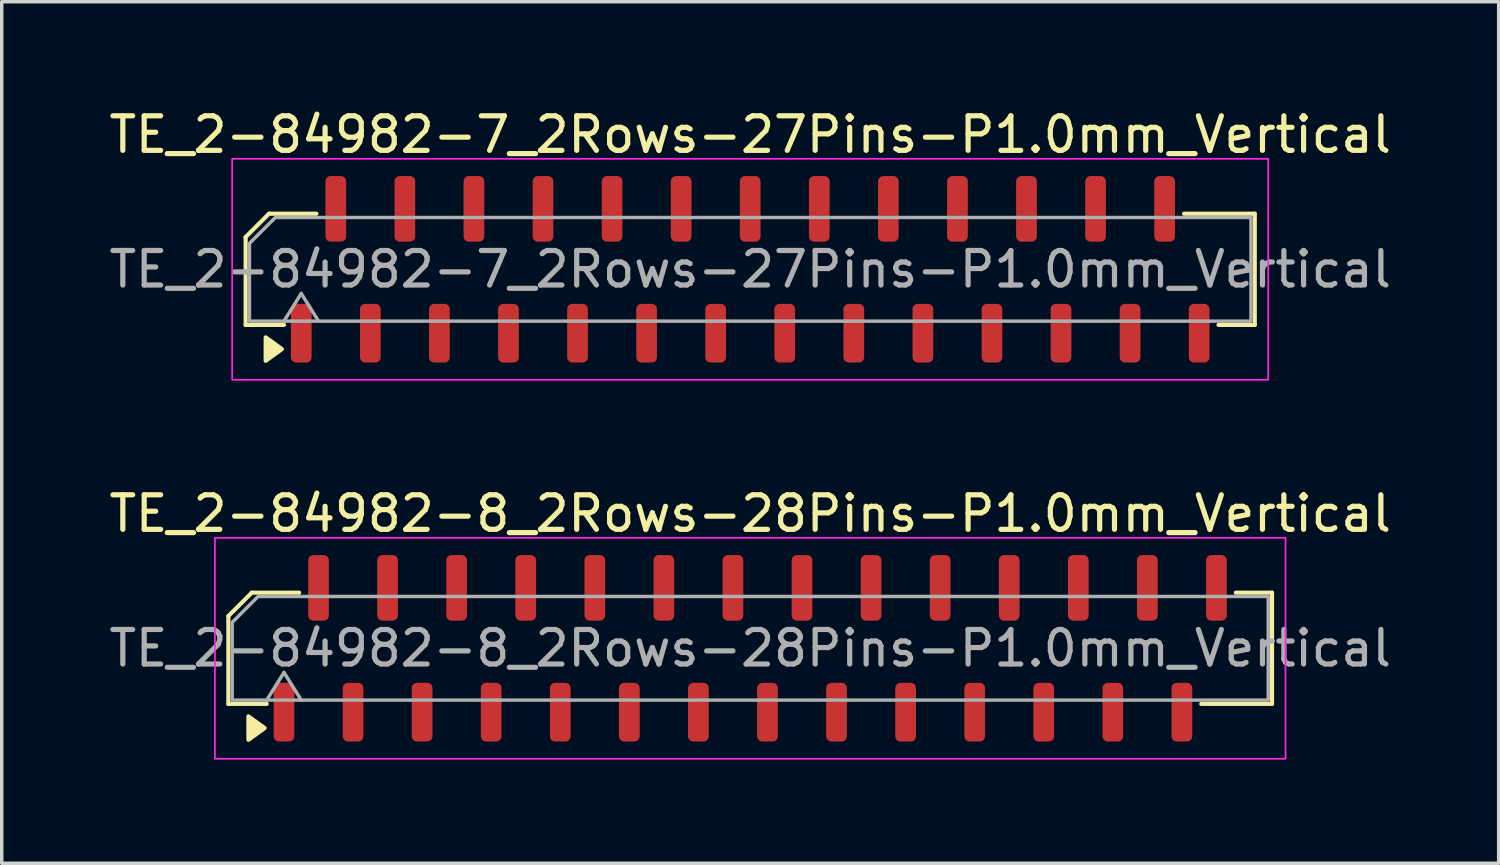
<source format=kicad_pcb>
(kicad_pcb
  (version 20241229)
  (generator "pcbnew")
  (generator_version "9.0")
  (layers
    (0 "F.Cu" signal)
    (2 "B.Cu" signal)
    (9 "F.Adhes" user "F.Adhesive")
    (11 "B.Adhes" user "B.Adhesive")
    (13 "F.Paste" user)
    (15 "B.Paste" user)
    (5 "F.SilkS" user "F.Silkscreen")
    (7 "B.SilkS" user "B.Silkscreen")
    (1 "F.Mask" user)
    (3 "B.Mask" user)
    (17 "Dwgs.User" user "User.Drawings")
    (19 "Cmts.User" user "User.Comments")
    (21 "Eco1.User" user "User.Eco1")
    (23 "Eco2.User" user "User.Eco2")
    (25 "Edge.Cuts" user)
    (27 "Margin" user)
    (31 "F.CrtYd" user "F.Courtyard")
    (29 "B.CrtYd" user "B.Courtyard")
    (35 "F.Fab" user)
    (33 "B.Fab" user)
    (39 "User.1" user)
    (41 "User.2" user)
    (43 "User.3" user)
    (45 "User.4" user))
  (footprint "TE_2-84982-8_2Rows-28Pins-P1.0mm_Vertical"
    (layer "F.Cu")
    (at 18.673 15.722)
    (property "Reference" "TE_2-84982-8_2Rows-28Pins-P1.0mm_Vertical" (at 0 -3.9 0) (layer "F.SilkS") (effects (font (size 1 1) (thickness 0.15))))
    (attr smd)
    (fp_line (start -15.11 -0.934) (end -15.11 1.61) (stroke (width 0.12) (type solid)) (layer "F.SilkS"))
    (fp_line (start -15.11 1.61) (end -14 1.61) (stroke (width 0.12) (type solid)) (layer "F.SilkS"))
    (fp_line (start -14.434 -1.61) (end -15.11 -0.934) (stroke (width 0.12) (type solid)) (layer "F.SilkS"))
    (fp_line (start -13.06 -1.61) (end -14.434 -1.61) (stroke (width 0.12) (type solid)) (layer "F.SilkS"))
    (fp_line (start 13.06 1.61) (end 15.11 1.61) (stroke (width 0.12) (type solid)) (layer "F.SilkS"))
    (fp_line (start 15.11 -1.61) (end 14.06 -1.61) (stroke (width 0.12) (type solid)) (layer "F.SilkS"))
    (fp_line (start 15.11 1.61) (end 15.11 -1.61) (stroke (width 0.12) (type solid)) (layer "F.SilkS"))
    (fp_poly (pts (xy -14.06 2.31) (xy -14.53 2.65) (xy -14.53 1.97)) (stroke (width 0.12) (type solid)) (fill yes) (layer "F.SilkS"))
    (fp_rect (start -15.5 -3.2) (end 15.5 3.2) (stroke (width 0.05) (type solid)) (fill no) (layer "F.CrtYd"))
    (fp_line (start -14 1.5) (end -13.5 0.7) (stroke (width 0.1) (type solid)) (layer "F.Fab"))
    (fp_line (start -13.5 0.7) (end -13 1.5) (stroke (width 0.1) (type solid)) (layer "F.Fab"))
    (fp_poly (pts (xy -15 -0.75) (xy -15 1.5) (xy 15 1.5) (xy 15 -1.5) (xy -14.25 -1.5)) (stroke (width 0.1) (type solid)) (fill no) (layer "F.Fab"))
    (fp_text user "${REFERENCE}" (at 0 0 0) (layer "F.Fab") (effects (font (size 1 1) (thickness 0.15))))
    (pad "1" smd roundrect (at -13.5 1.85) (size 0.6 1.7) (layers "F.Cu" "F.Mask" "F.Paste") (roundrect_rratio 0.25))
    (pad "2" smd roundrect (at -12.5 -1.75) (size 0.6 1.9) (layers "F.Cu" "F.Mask" "F.Paste") (roundrect_rratio 0.25))
    (pad "3" smd roundrect (at -11.5 1.85) (size 0.6 1.7) (layers "F.Cu" "F.Mask" "F.Paste") (roundrect_rratio 0.25))
    (pad "4" smd roundrect (at -10.5 -1.75) (size 0.6 1.9) (layers "F.Cu" "F.Mask" "F.Paste") (roundrect_rratio 0.25))
    (pad "5" smd roundrect (at -9.5 1.85) (size 0.6 1.7) (layers "F.Cu" "F.Mask" "F.Paste") (roundrect_rratio 0.25))
    (pad "6" smd roundrect (at -8.5 -1.75) (size 0.6 1.9) (layers "F.Cu" "F.Mask" "F.Paste") (roundrect_rratio 0.25))
    (pad "7" smd roundrect (at -7.5 1.85) (size 0.6 1.7) (layers "F.Cu" "F.Mask" "F.Paste") (roundrect_rratio 0.25))
    (pad "8" smd roundrect (at -6.5 -1.75) (size 0.6 1.9) (layers "F.Cu" "F.Mask" "F.Paste") (roundrect_rratio 0.25))
    (pad "9" smd roundrect (at -5.5 1.85) (size 0.6 1.7) (layers "F.Cu" "F.Mask" "F.Paste") (roundrect_rratio 0.25))
    (pad "10" smd roundrect (at -4.5 -1.75) (size 0.6 1.9) (layers "F.Cu" "F.Mask" "F.Paste") (roundrect_rratio 0.25))
    (pad "11" smd roundrect (at -3.5 1.85) (size 0.6 1.7) (layers "F.Cu" "F.Mask" "F.Paste") (roundrect_rratio 0.25))
    (pad "12" smd roundrect (at -2.5 -1.75) (size 0.6 1.9) (layers "F.Cu" "F.Mask" "F.Paste") (roundrect_rratio 0.25))
    (pad "13" smd roundrect (at -1.5 1.85) (size 0.6 1.7) (layers "F.Cu" "F.Mask" "F.Paste") (roundrect_rratio 0.25))
    (pad "14" smd roundrect (at -0.5 -1.75) (size 0.6 1.9) (layers "F.Cu" "F.Mask" "F.Paste") (roundrect_rratio 0.25))
    (pad "15" smd roundrect (at 0.5 1.85) (size 0.6 1.7) (layers "F.Cu" "F.Mask" "F.Paste") (roundrect_rratio 0.25))
    (pad "16" smd roundrect (at 1.5 -1.75) (size 0.6 1.9) (layers "F.Cu" "F.Mask" "F.Paste") (roundrect_rratio 0.25))
    (pad "17" smd roundrect (at 2.5 1.85) (size 0.6 1.7) (layers "F.Cu" "F.Mask" "F.Paste") (roundrect_rratio 0.25))
    (pad "18" smd roundrect (at 3.5 -1.75) (size 0.6 1.9) (layers "F.Cu" "F.Mask" "F.Paste") (roundrect_rratio 0.25))
    (pad "19" smd roundrect (at 4.5 1.85) (size 0.6 1.7) (layers "F.Cu" "F.Mask" "F.Paste") (roundrect_rratio 0.25))
    (pad "20" smd roundrect (at 5.5 -1.75) (size 0.6 1.9) (layers "F.Cu" "F.Mask" "F.Paste") (roundrect_rratio 0.25))
    (pad "21" smd roundrect (at 6.5 1.85) (size 0.6 1.7) (layers "F.Cu" "F.Mask" "F.Paste") (roundrect_rratio 0.25))
    (pad "22" smd roundrect (at 7.5 -1.75) (size 0.6 1.9) (layers "F.Cu" "F.Mask" "F.Paste") (roundrect_rratio 0.25))
    (pad "23" smd roundrect (at 8.5 1.85) (size 0.6 1.7) (layers "F.Cu" "F.Mask" "F.Paste") (roundrect_rratio 0.25))
    (pad "24" smd roundrect (at 9.5 -1.75) (size 0.6 1.9) (layers "F.Cu" "F.Mask" "F.Paste") (roundrect_rratio 0.25))
    (pad "25" smd roundrect (at 10.5 1.85) (size 0.6 1.7) (layers "F.Cu" "F.Mask" "F.Paste") (roundrect_rratio 0.25))
    (pad "26" smd roundrect (at 11.5 -1.75) (size 0.6 1.9) (layers "F.Cu" "F.Mask" "F.Paste") (roundrect_rratio 0.25))
    (pad "27" smd roundrect (at 12.5 1.85) (size 0.6 1.7) (layers "F.Cu" "F.Mask" "F.Paste") (roundrect_rratio 0.25))
    (pad "28" smd roundrect (at 13.5 -1.75) (size 0.6 1.9) (layers "F.Cu" "F.Mask" "F.Paste") (roundrect_rratio 0.25)))
  (footprint "TE_2-84982-7_2Rows-27Pins-P1.0mm_Vertical"
    (layer "F.Cu")
    (at 18.673 4.748)
    (property "Reference" "TE_2-84982-7_2Rows-27Pins-P1.0mm_Vertical" (at 0 -3.9 0) (layer "F.SilkS") (effects (font (size 1 1) (thickness 0.15))))
    (attr smd)
    (fp_line (start -14.61 -0.934) (end -14.61 1.61) (stroke (width 0.12) (type solid)) (layer "F.SilkS"))
    (fp_line (start -14.61 1.61) (end -13.5 1.61) (stroke (width 0.12) (type solid)) (layer "F.SilkS"))
    (fp_line (start -13.934 -1.61) (end -14.61 -0.934) (stroke (width 0.12) (type solid)) (layer "F.SilkS"))
    (fp_line (start -12.56 -1.61) (end -13.934 -1.61) (stroke (width 0.12) (type solid)) (layer "F.SilkS"))
    (fp_line (start 13.56 1.61) (end 14.61 1.61) (stroke (width 0.12) (type solid)) (layer "F.SilkS"))
    (fp_line (start 14.61 -1.61) (end 12.56 -1.61) (stroke (width 0.12) (type solid)) (layer "F.SilkS"))
    (fp_line (start 14.61 1.61) (end 14.61 -1.61) (stroke (width 0.12) (type solid)) (layer "F.SilkS"))
    (fp_poly (pts (xy -13.56 2.31) (xy -14.03 2.65) (xy -14.03 1.97)) (stroke (width 0.12) (type solid)) (fill yes) (layer "F.SilkS"))
    (fp_rect (start -15 -3.2) (end 15 3.2) (stroke (width 0.05) (type solid)) (fill no) (layer "F.CrtYd"))
    (fp_line (start -13.5 1.5) (end -13 0.7) (stroke (width 0.1) (type solid)) (layer "F.Fab"))
    (fp_line (start -13 0.7) (end -12.5 1.5) (stroke (width 0.1) (type solid)) (layer "F.Fab"))
    (fp_poly (pts (xy -14.5 -0.75) (xy -14.5 1.5) (xy 14.5 1.5) (xy 14.5 -1.5) (xy -13.75 -1.5)) (stroke (width 0.1) (type solid)) (fill no) (layer "F.Fab"))
    (fp_text user "${REFERENCE}" (at 0 0 0) (layer "F.Fab") (effects (font (size 1 1) (thickness 0.15))))
    (pad "1" smd roundrect (at -13 1.85) (size 0.6 1.7) (layers "F.Cu" "F.Mask" "F.Paste") (roundrect_rratio 0.25))
    (pad "2" smd roundrect (at -12 -1.75) (size 0.6 1.9) (layers "F.Cu" "F.Mask" "F.Paste") (roundrect_rratio 0.25))
    (pad "3" smd roundrect (at -11 1.85) (size 0.6 1.7) (layers "F.Cu" "F.Mask" "F.Paste") (roundrect_rratio 0.25))
    (pad "4" smd roundrect (at -10 -1.75) (size 0.6 1.9) (layers "F.Cu" "F.Mask" "F.Paste") (roundrect_rratio 0.25))
    (pad "5" smd roundrect (at -9 1.85) (size 0.6 1.7) (layers "F.Cu" "F.Mask" "F.Paste") (roundrect_rratio 0.25))
    (pad "6" smd roundrect (at -8 -1.75) (size 0.6 1.9) (layers "F.Cu" "F.Mask" "F.Paste") (roundrect_rratio 0.25))
    (pad "7" smd roundrect (at -7 1.85) (size 0.6 1.7) (layers "F.Cu" "F.Mask" "F.Paste") (roundrect_rratio 0.25))
    (pad "8" smd roundrect (at -6 -1.75) (size 0.6 1.9) (layers "F.Cu" "F.Mask" "F.Paste") (roundrect_rratio 0.25))
    (pad "9" smd roundrect (at -5 1.85) (size 0.6 1.7) (layers "F.Cu" "F.Mask" "F.Paste") (roundrect_rratio 0.25))
    (pad "10" smd roundrect (at -4 -1.75) (size 0.6 1.9) (layers "F.Cu" "F.Mask" "F.Paste") (roundrect_rratio 0.25))
    (pad "11" smd roundrect (at -3 1.85) (size 0.6 1.7) (layers "F.Cu" "F.Mask" "F.Paste") (roundrect_rratio 0.25))
    (pad "12" smd roundrect (at -2 -1.75) (size 0.6 1.9) (layers "F.Cu" "F.Mask" "F.Paste") (roundrect_rratio 0.25))
    (pad "13" smd roundrect (at -1 1.85) (size 0.6 1.7) (layers "F.Cu" "F.Mask" "F.Paste") (roundrect_rratio 0.25))
    (pad "14" smd roundrect (at 0 -1.75) (size 0.6 1.9) (layers "F.Cu" "F.Mask" "F.Paste") (roundrect_rratio 0.25))
    (pad "15" smd roundrect (at 1 1.85) (size 0.6 1.7) (layers "F.Cu" "F.Mask" "F.Paste") (roundrect_rratio 0.25))
    (pad "16" smd roundrect (at 2 -1.75) (size 0.6 1.9) (layers "F.Cu" "F.Mask" "F.Paste") (roundrect_rratio 0.25))
    (pad "17" smd roundrect (at 3 1.85) (size 0.6 1.7) (layers "F.Cu" "F.Mask" "F.Paste") (roundrect_rratio 0.25))
    (pad "18" smd roundrect (at 4 -1.75) (size 0.6 1.9) (layers "F.Cu" "F.Mask" "F.Paste") (roundrect_rratio 0.25))
    (pad "19" smd roundrect (at 5 1.85) (size 0.6 1.7) (layers "F.Cu" "F.Mask" "F.Paste") (roundrect_rratio 0.25))
    (pad "20" smd roundrect (at 6 -1.75) (size 0.6 1.9) (layers "F.Cu" "F.Mask" "F.Paste") (roundrect_rratio 0.25))
    (pad "21" smd roundrect (at 7 1.85) (size 0.6 1.7) (layers "F.Cu" "F.Mask" "F.Paste") (roundrect_rratio 0.25))
    (pad "22" smd roundrect (at 8 -1.75) (size 0.6 1.9) (layers "F.Cu" "F.Mask" "F.Paste") (roundrect_rratio 0.25))
    (pad "23" smd roundrect (at 9 1.85) (size 0.6 1.7) (layers "F.Cu" "F.Mask" "F.Paste") (roundrect_rratio 0.25))
    (pad "24" smd roundrect (at 10 -1.75) (size 0.6 1.9) (layers "F.Cu" "F.Mask" "F.Paste") (roundrect_rratio 0.25))
    (pad "25" smd roundrect (at 11 1.85) (size 0.6 1.7) (layers "F.Cu" "F.Mask" "F.Paste") (roundrect_rratio 0.25))
    (pad "26" smd roundrect (at 12 -1.75) (size 0.6 1.9) (layers "F.Cu" "F.Mask" "F.Paste") (roundrect_rratio 0.25))
    (pad "27" smd roundrect (at 13 1.85) (size 0.6 1.7) (layers "F.Cu" "F.Mask" "F.Paste") (roundrect_rratio 0.25)))
  (gr_rect
    (start -3 -3)
    (end 40.345 21.947)
    (stroke (width 0.1) (type default))
    (fill no)
    (layer "Edge.Cuts")))
</source>
